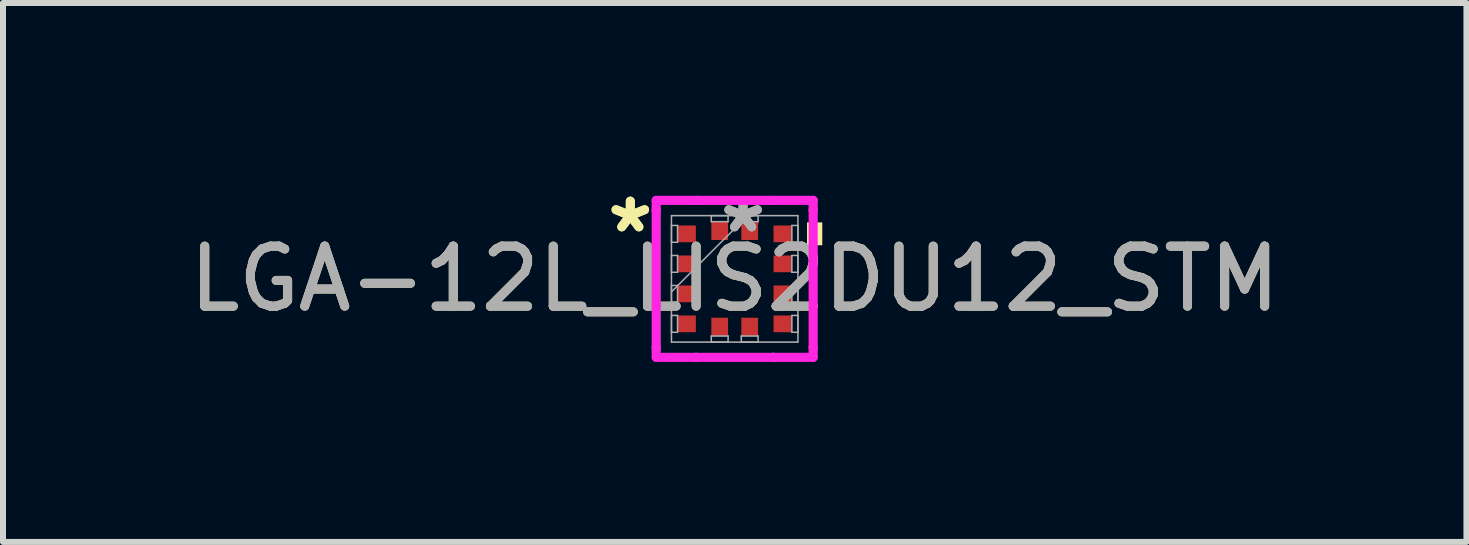
<source format=kicad_pcb>
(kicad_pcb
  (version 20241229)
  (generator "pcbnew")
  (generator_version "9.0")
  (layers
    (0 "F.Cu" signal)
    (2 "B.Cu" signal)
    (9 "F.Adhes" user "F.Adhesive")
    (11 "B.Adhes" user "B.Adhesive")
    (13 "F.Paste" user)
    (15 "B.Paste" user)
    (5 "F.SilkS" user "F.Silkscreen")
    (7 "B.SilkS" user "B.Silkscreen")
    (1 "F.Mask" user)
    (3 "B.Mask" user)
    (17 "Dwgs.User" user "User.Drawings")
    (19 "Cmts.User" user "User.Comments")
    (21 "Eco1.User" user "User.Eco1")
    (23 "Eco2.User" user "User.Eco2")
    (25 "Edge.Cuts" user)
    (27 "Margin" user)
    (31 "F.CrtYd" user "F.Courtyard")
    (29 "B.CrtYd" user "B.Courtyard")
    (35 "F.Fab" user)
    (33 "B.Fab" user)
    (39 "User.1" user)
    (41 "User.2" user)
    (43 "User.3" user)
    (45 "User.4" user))
  (footprint "LGA-12L_LIS2DU12_STM"
    (layer "F.Cu")
    (at 9.196 1.598)
    (property "Reference" "LGA-12L_LIS2DU12_STM" (at 0 0 0) (unlocked yes) (layer "F.SilkS") (effects (font (size 1 1) (thickness 0.15))))
    (attr smd)
    (fp_poly (pts (xy 1.46 -0.941) (xy 1.46 -0.56) (xy 1.206 -0.56) (xy 1.206 -0.941)) (stroke (width 0) (type solid)) (fill yes) (layer "F.SilkS"))
    (fp_line (start -1.308 -1.308) (end -0.644 -1.308) (stroke (width 0.152) (type solid)) (layer "F.CrtYd"))
    (fp_line (start -1.308 -1.144) (end -1.308 -1.308) (stroke (width 0.152) (type solid)) (layer "F.CrtYd"))
    (fp_line (start -1.308 -1.144) (end -1.308 -1.144) (stroke (width 0.152) (type solid)) (layer "F.CrtYd"))
    (fp_line (start -1.308 1.144) (end -1.308 -1.144) (stroke (width 0.152) (type solid)) (layer "F.CrtYd"))
    (fp_line (start -1.308 1.144) (end -1.308 1.144) (stroke (width 0.152) (type solid)) (layer "F.CrtYd"))
    (fp_line (start -1.308 1.308) (end -1.308 1.144) (stroke (width 0.152) (type solid)) (layer "F.CrtYd"))
    (fp_line (start -0.644 -1.308) (end -0.644 -1.308) (stroke (width 0.152) (type solid)) (layer "F.CrtYd"))
    (fp_line (start -0.644 -1.308) (end 0.644 -1.308) (stroke (width 0.152) (type solid)) (layer "F.CrtYd"))
    (fp_line (start -0.644 1.308) (end -1.308 1.308) (stroke (width 0.152) (type solid)) (layer "F.CrtYd"))
    (fp_line (start -0.644 1.308) (end -0.644 1.308) (stroke (width 0.152) (type solid)) (layer "F.CrtYd"))
    (fp_line (start 0.644 -1.308) (end 0.644 -1.308) (stroke (width 0.152) (type solid)) (layer "F.CrtYd"))
    (fp_line (start 0.644 -1.308) (end 1.308 -1.308) (stroke (width 0.152) (type solid)) (layer "F.CrtYd"))
    (fp_line (start 0.644 1.308) (end -0.644 1.308) (stroke (width 0.152) (type solid)) (layer "F.CrtYd"))
    (fp_line (start 0.644 1.308) (end 0.644 1.308) (stroke (width 0.152) (type solid)) (layer "F.CrtYd"))
    (fp_line (start 1.308 -1.308) (end 1.308 -1.144) (stroke (width 0.152) (type solid)) (layer "F.CrtYd"))
    (fp_line (start 1.308 -1.144) (end 1.308 -1.144) (stroke (width 0.152) (type solid)) (layer "F.CrtYd"))
    (fp_line (start 1.308 -1.144) (end 1.308 1.144) (stroke (width 0.152) (type solid)) (layer "F.CrtYd"))
    (fp_line (start 1.308 1.144) (end 1.308 1.144) (stroke (width 0.152) (type solid)) (layer "F.CrtYd"))
    (fp_line (start 1.308 1.144) (end 1.308 1.308) (stroke (width 0.152) (type solid)) (layer "F.CrtYd"))
    (fp_line (start 1.308 1.308) (end 0.644 1.308) (stroke (width 0.152) (type solid)) (layer "F.CrtYd"))
    (fp_line (start -1.054 -1.054) (end -1.054 1.054) (stroke (width 0.025) (type solid)) (layer "F.Fab"))
    (fp_line (start -1.054 -0.89) (end -0.953 -0.89) (stroke (width 0.025) (type solid)) (layer "F.Fab"))
    (fp_line (start -1.054 -0.61) (end -1.054 -0.89) (stroke (width 0.025) (type solid)) (layer "F.Fab"))
    (fp_line (start -1.054 -0.39) (end -0.953 -0.39) (stroke (width 0.025) (type solid)) (layer "F.Fab"))
    (fp_line (start -1.054 -0.11) (end -1.054 -0.39) (stroke (width 0.025) (type solid)) (layer "F.Fab"))
    (fp_line (start -1.054 0.11) (end -0.953 0.11) (stroke (width 0.025) (type solid)) (layer "F.Fab"))
    (fp_line (start -1.054 0.216) (end 0.216 -1.054) (stroke (width 0.025) (type solid)) (layer "F.Fab"))
    (fp_line (start -1.054 0.39) (end -1.054 0.11) (stroke (width 0.025) (type solid)) (layer "F.Fab"))
    (fp_line (start -1.054 0.61) (end -0.953 0.61) (stroke (width 0.025) (type solid)) (layer "F.Fab"))
    (fp_line (start -1.054 0.89) (end -1.054 0.61) (stroke (width 0.025) (type solid)) (layer "F.Fab"))
    (fp_line (start -1.054 1.054) (end 1.054 1.054) (stroke (width 0.025) (type solid)) (layer "F.Fab"))
    (fp_line (start -0.953 -0.89) (end -0.953 -0.61) (stroke (width 0.025) (type solid)) (layer "F.Fab"))
    (fp_line (start -0.953 -0.61) (end -1.054 -0.61) (stroke (width 0.025) (type solid)) (layer "F.Fab"))
    (fp_line (start -0.953 -0.39) (end -0.953 -0.11) (stroke (width 0.025) (type solid)) (layer "F.Fab"))
    (fp_line (start -0.953 -0.11) (end -1.054 -0.11) (stroke (width 0.025) (type solid)) (layer "F.Fab"))
    (fp_line (start -0.953 0.11) (end -0.953 0.39) (stroke (width 0.025) (type solid)) (layer "F.Fab"))
    (fp_line (start -0.953 0.39) (end -1.054 0.39) (stroke (width 0.025) (type solid)) (layer "F.Fab"))
    (fp_line (start -0.953 0.61) (end -0.953 0.89) (stroke (width 0.025) (type solid)) (layer "F.Fab"))
    (fp_line (start -0.953 0.89) (end -1.054 0.89) (stroke (width 0.025) (type solid)) (layer "F.Fab"))
    (fp_line (start -0.39 -1.054) (end -0.11 -1.054) (stroke (width 0.025) (type solid)) (layer "F.Fab"))
    (fp_line (start -0.39 -0.953) (end -0.39 -1.054) (stroke (width 0.025) (type solid)) (layer "F.Fab"))
    (fp_line (start -0.39 0.953) (end -0.11 0.953) (stroke (width 0.025) (type solid)) (layer "F.Fab"))
    (fp_line (start -0.39 1.054) (end -0.39 0.953) (stroke (width 0.025) (type solid)) (layer "F.Fab"))
    (fp_line (start -0.11 -1.054) (end -0.11 -0.953) (stroke (width 0.025) (type solid)) (layer "F.Fab"))
    (fp_line (start -0.11 -0.953) (end -0.39 -0.953) (stroke (width 0.025) (type solid)) (layer "F.Fab"))
    (fp_line (start -0.11 0.953) (end -0.11 1.054) (stroke (width 0.025) (type solid)) (layer "F.Fab"))
    (fp_line (start -0.11 1.054) (end -0.39 1.054) (stroke (width 0.025) (type solid)) (layer "F.Fab"))
    (fp_line (start 0.11 -1.054) (end 0.39 -1.054) (stroke (width 0.025) (type solid)) (layer "F.Fab"))
    (fp_line (start 0.11 -0.953) (end 0.11 -1.054) (stroke (width 0.025) (type solid)) (layer "F.Fab"))
    (fp_line (start 0.11 0.953) (end 0.39 0.953) (stroke (width 0.025) (type solid)) (layer "F.Fab"))
    (fp_line (start 0.11 1.054) (end 0.11 0.953) (stroke (width 0.025) (type solid)) (layer "F.Fab"))
    (fp_line (start 0.39 -1.054) (end 0.39 -0.953) (stroke (width 0.025) (type solid)) (layer "F.Fab"))
    (fp_line (start 0.39 -0.953) (end 0.11 -0.953) (stroke (width 0.025) (type solid)) (layer "F.Fab"))
    (fp_line (start 0.39 0.953) (end 0.39 1.054) (stroke (width 0.025) (type solid)) (layer "F.Fab"))
    (fp_line (start 0.39 1.054) (end 0.11 1.054) (stroke (width 0.025) (type solid)) (layer "F.Fab"))
    (fp_line (start 0.953 -0.89) (end 1.054 -0.89) (stroke (width 0.025) (type solid)) (layer "F.Fab"))
    (fp_line (start 0.953 -0.61) (end 0.953 -0.89) (stroke (width 0.025) (type solid)) (layer "F.Fab"))
    (fp_line (start 0.953 -0.39) (end 1.054 -0.39) (stroke (width 0.025) (type solid)) (layer "F.Fab"))
    (fp_line (start 0.953 -0.11) (end 0.953 -0.39) (stroke (width 0.025) (type solid)) (layer "F.Fab"))
    (fp_line (start 0.953 0.11) (end 1.054 0.11) (stroke (width 0.025) (type solid)) (layer "F.Fab"))
    (fp_line (start 0.953 0.39) (end 0.953 0.11) (stroke (width 0.025) (type solid)) (layer "F.Fab"))
    (fp_line (start 0.953 0.61) (end 1.054 0.61) (stroke (width 0.025) (type solid)) (layer "F.Fab"))
    (fp_line (start 0.953 0.89) (end 0.953 0.61) (stroke (width 0.025) (type solid)) (layer "F.Fab"))
    (fp_line (start 1.054 -1.054) (end -1.054 -1.054) (stroke (width 0.025) (type solid)) (layer "F.Fab"))
    (fp_line (start 1.054 -0.89) (end 1.054 -0.61) (stroke (width 0.025) (type solid)) (layer "F.Fab"))
    (fp_line (start 1.054 -0.61) (end 0.953 -0.61) (stroke (width 0.025) (type solid)) (layer "F.Fab"))
    (fp_line (start 1.054 -0.39) (end 1.054 -0.11) (stroke (width 0.025) (type solid)) (layer "F.Fab"))
    (fp_line (start 1.054 -0.11) (end 0.953 -0.11) (stroke (width 0.025) (type solid)) (layer "F.Fab"))
    (fp_line (start 1.054 0.11) (end 1.054 0.39) (stroke (width 0.025) (type solid)) (layer "F.Fab"))
    (fp_line (start 1.054 0.39) (end 0.953 0.39) (stroke (width 0.025) (type solid)) (layer "F.Fab"))
    (fp_line (start 1.054 0.61) (end 1.054 0.89) (stroke (width 0.025) (type solid)) (layer "F.Fab"))
    (fp_line (start 1.054 0.89) (end 0.953 0.89) (stroke (width 0.025) (type solid)) (layer "F.Fab"))
    (fp_line (start 1.054 1.054) (end 1.054 -1.054) (stroke (width 0.025) (type solid)) (layer "F.Fab"))
    (fp_text user "*" (at -1.74 -0.75 0) (unlocked yes) (layer "F.SilkS") (effects (font (size 1 1) (thickness 0.15))))
    (fp_text user "*" (at -1.74 -0.75 0) (layer "F.SilkS") (effects (font (size 1 1) (thickness 0.15))))
    (fp_text user "*" (at 0.14 -0.75 0) (layer "F.Fab") (effects (font (size 1 1) (thickness 0.15))))
    (fp_text user "*" (at 0.14 -0.75 0) (unlocked yes) (layer "F.Fab") (effects (font (size 1 1) (thickness 0.15))))
    (fp_text user "${REFERENCE}" (at 0 0 0) (unlocked yes) (layer "F.Fab") (effects (font (size 1 1) (thickness 0.15))))
    (pad "1" smd rect (at -0.8 -0.75 90) (size 0.279 0.305) (layers "F.Cu" "F.Mask" "F.Paste"))
    (pad "2" smd rect (at -0.8 -0.25 90) (size 0.279 0.305) (layers "F.Cu" "F.Mask" "F.Paste"))
    (pad "3" smd rect (at -0.8 0.25 90) (size 0.279 0.305) (layers "F.Cu" "F.Mask" "F.Paste"))
    (pad "4" smd rect (at -0.8 0.75 90) (size 0.279 0.305) (layers "F.Cu" "F.Mask" "F.Paste"))
    (pad "5" smd rect (at -0.25 0.8) (size 0.279 0.305) (layers "F.Cu" "F.Mask" "F.Paste"))
    (pad "6" smd rect (at 0.25 0.8) (size 0.279 0.305) (layers "F.Cu" "F.Mask" "F.Paste"))
    (pad "7" smd rect (at 0.8 0.75 90) (size 0.279 0.305) (layers "F.Cu" "F.Mask" "F.Paste"))
    (pad "8" smd rect (at 0.8 0.25 90) (size 0.279 0.305) (layers "F.Cu" "F.Mask" "F.Paste"))
    (pad "9" smd rect (at 0.8 -0.25 90) (size 0.279 0.305) (layers "F.Cu" "F.Mask" "F.Paste"))
    (pad "10" smd rect (at 0.8 -0.75 90) (size 0.279 0.305) (layers "F.Cu" "F.Mask" "F.Paste"))
    (pad "11" smd rect (at 0.25 -0.8) (size 0.279 0.305) (layers "F.Cu" "F.Mask" "F.Paste"))
    (pad "12" smd rect (at -0.25 -0.8) (size 0.279 0.305) (layers "F.Cu" "F.Mask" "F.Paste")))
  (gr_rect
    (start -3 -3)
    (end 21.393 5.983)
    (stroke (width 0.1) (type default))
    (fill no)
    (layer "Edge.Cuts")))
</source>
